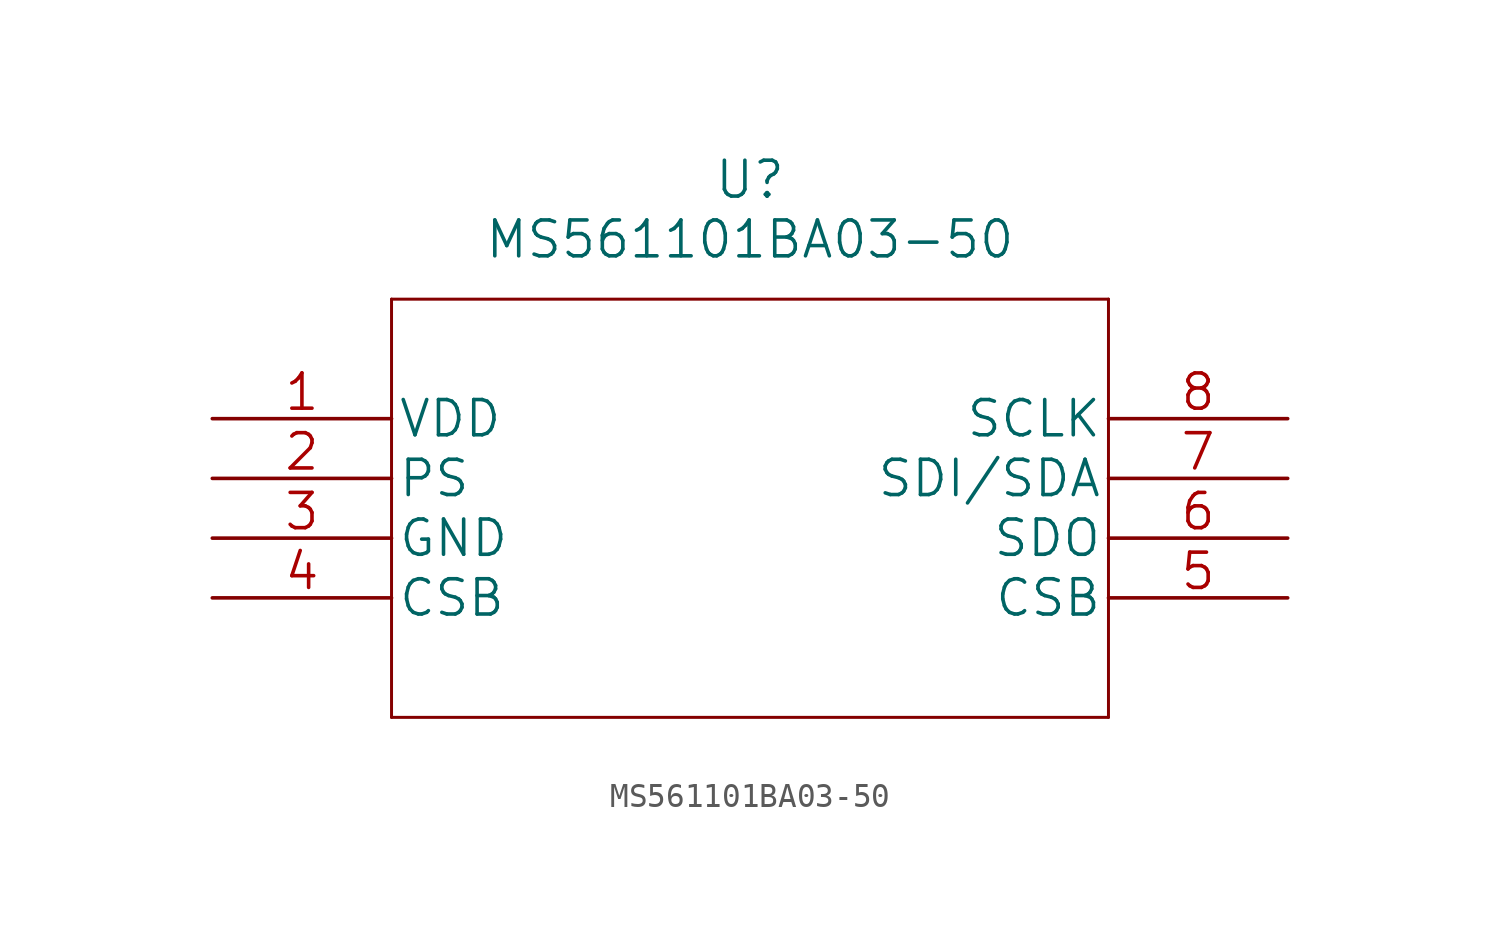
<source format=kicad_sym>
(kicad_symbol_lib
  (version 20211014)
  (generator kicad_symbol_editor)
  (symbol "MS561101BA03-50"
    (pin_names
      (offset 0.254))
    (property "Reference" "U"
      (at 0 15.24 0)
      (effects (font (size 1.524 1.524))))
    (property "Value" "MS561101BA03-50"
      (at 0 12.7 0)
      (effects (font (size 1.524 1.524))))
    (property "Datasheet" ""
      (at 0 0 0)
      (effects (font (size 1.524 1.524))))
    (property "ki_locked" ""
      (at 0 0 0)
      (effects (font (size 1.27 1.27))))
    (symbol "MS561101BA03-50_1_1"
      (polyline (pts (xy -15.24 -7.62) (xy 15.24 -7.62)) (stroke (width 0.127) (type default) (color 0 0 0 0)) (fill (type none)))
      (polyline (pts (xy -15.24 10.16) (xy -15.24 -7.62)) (stroke (width 0.127) (type default) (color 0 0 0 0)) (fill (type none)))
      (polyline (pts (xy 15.24 -7.62) (xy 15.24 10.16)) (stroke (width 0.127) (type default) (color 0 0 0 0)) (fill (type none)))
      (polyline (pts (xy 15.24 10.16) (xy -15.24 10.16)) (stroke (width 0.127) (type default) (color 0 0 0 0)) (fill (type none)))
      (pin power_in line (at -22.86 5.08 0) (length 7.62) (name "VDD" (effects (font (size 1.499 1.499)))) (number "1" (effects (font (size 1.499 1.499)))))
      (pin input line (at -22.86 2.54 0) (length 7.62) (name "PS" (effects (font (size 1.499 1.499)))) (number "2" (effects (font (size 1.499 1.499)))))
      (pin power_in line (at -22.86 0 0) (length 7.62) (name "GND" (effects (font (size 1.499 1.499)))) (number "3" (effects (font (size 1.499 1.499)))))
      (pin input line (at -22.86 -2.54 0) (length 7.62) (name "CSB" (effects (font (size 1.499 1.499)))) (number "4" (effects (font (size 1.499 1.499)))))
      (pin input line (at 22.86 -2.54 180) (length 7.62) (name "CSB" (effects (font (size 1.499 1.499)))) (number "5" (effects (font (size 1.499 1.499)))))
      (pin output line (at 22.86 0 180) (length 7.62) (name "SDO" (effects (font (size 1.499 1.499)))) (number "6" (effects (font (size 1.499 1.499)))))
      (pin bidirectional line (at 22.86 2.54 180) (length 7.62) (name "SDI/SDA" (effects (font (size 1.499 1.499)))) (number "7" (effects (font (size 1.499 1.499)))))
      (pin input line (at 22.86 5.08 180) (length 7.62) (name "SCLK" (effects (font (size 1.499 1.499)))) (number "8" (effects (font (size 1.499 1.499))))))))
</source>
